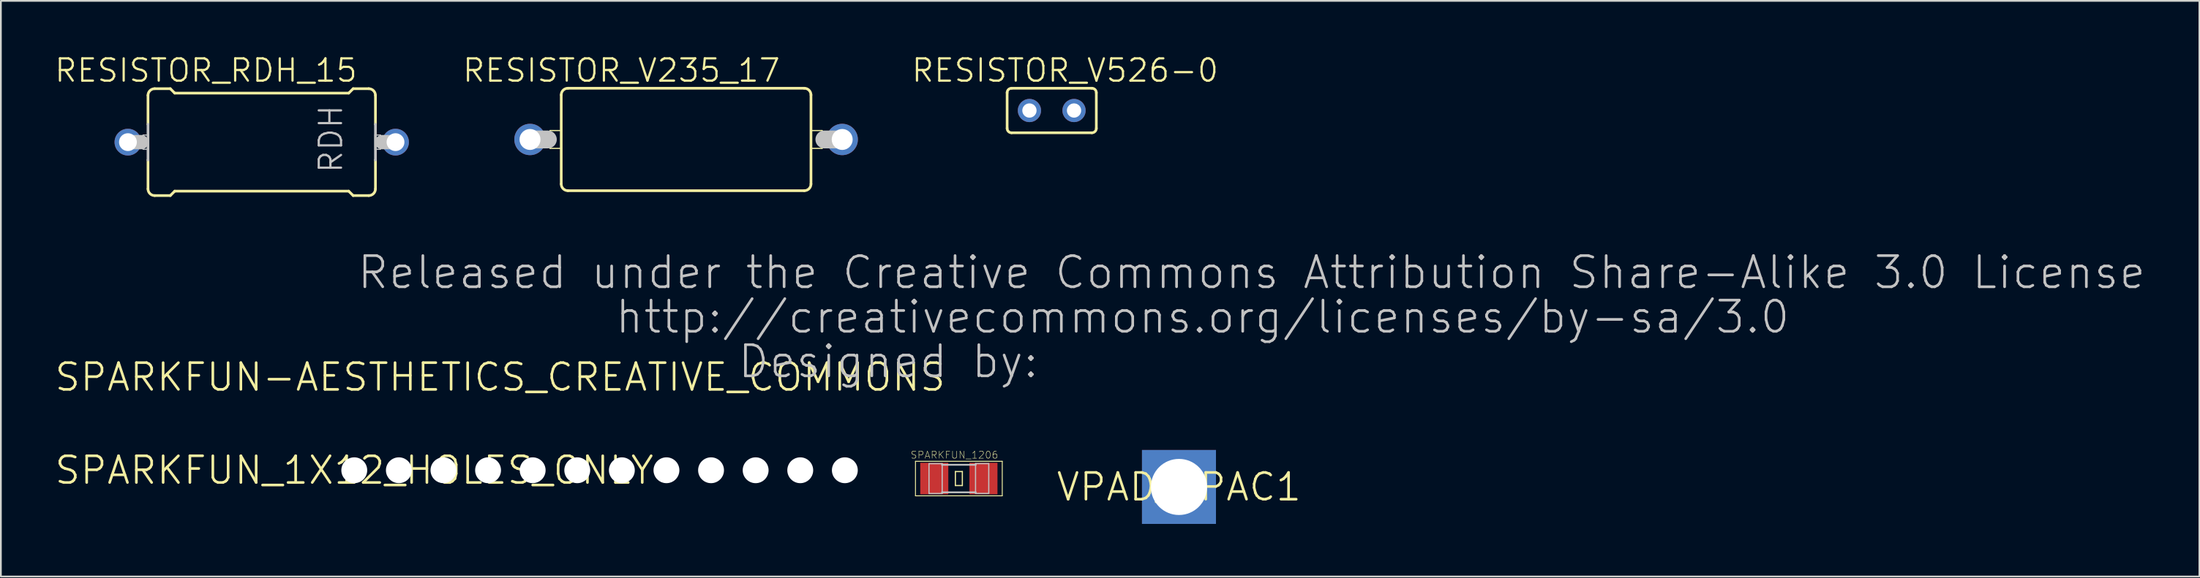
<source format=kicad_pcb>
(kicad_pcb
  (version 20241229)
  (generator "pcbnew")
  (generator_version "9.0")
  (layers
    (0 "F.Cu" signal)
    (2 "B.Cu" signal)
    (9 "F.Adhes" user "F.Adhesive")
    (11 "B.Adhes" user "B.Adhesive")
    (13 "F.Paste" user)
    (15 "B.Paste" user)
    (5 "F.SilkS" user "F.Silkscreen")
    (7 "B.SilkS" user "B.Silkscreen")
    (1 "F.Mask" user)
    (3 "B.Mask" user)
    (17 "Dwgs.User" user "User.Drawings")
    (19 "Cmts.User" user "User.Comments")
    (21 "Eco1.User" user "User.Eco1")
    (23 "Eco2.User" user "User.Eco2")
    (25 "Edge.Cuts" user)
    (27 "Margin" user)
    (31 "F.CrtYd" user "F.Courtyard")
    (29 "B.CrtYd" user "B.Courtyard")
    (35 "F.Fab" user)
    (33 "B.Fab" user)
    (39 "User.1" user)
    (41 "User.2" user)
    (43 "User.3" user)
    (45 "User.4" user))
  (footprint "SPARKFUN-AESTHETICS_CREATIVE_COMMONS"
    (layer "F.Cu")
    (at 25.436 18.456)
    (property "Reference" "SPARKFUN-AESTHETICS_CREATIVE_COMMONS" (at 0 0 0) (layer "F.SilkS") (effects (font (size 1.524 1.524) (thickness 0.15))))
    (attr exclude_from_pos_files exclude_from_bom)
    (fp_text user "http://creativecommons.org/licenses/by-sa/3.0" (at 40.005 -3.429 0) (layer "Dwgs.User") (effects (font (size 1.778 1.778) (thickness 0.152))))
    (fp_text user "Designed by:" (at 22.098 -0.889 0) (layer "Dwgs.User") (effects (font (size 1.778 1.778) (thickness 0.152))))
    (fp_text user "Released under the Creative Commons Attribution Share-Alike 3.0 License" (at 42.799 -5.969 0) (layer "Dwgs.User") (effects (font (size 1.778 1.778) (thickness 0.152)))))
  (footprint "RESISTOR_V526-0"
    (layer "F.Cu")
    (at 56.85 3.252)
    (property "Reference" "RESISTOR_V526-0" (at 0.762 -2.286 0) (layer "F.SilkS") (effects (font (size 1.27 1.27) (thickness 0.127))))
    (attr exclude_from_pos_files exclude_from_bom)
    (fp_line (start -2.54 -1.016) (end -2.54 1.016) (stroke (width 0.152) (type solid)) (layer "F.SilkS"))
    (fp_line (start -2.286 1.27) (end 2.286 1.27) (stroke (width 0.152) (type solid)) (layer "F.SilkS"))
    (fp_line (start 2.286 -1.27) (end -2.286 -1.27) (stroke (width 0.152) (type solid)) (layer "F.SilkS"))
    (fp_line (start 2.54 1.016) (end 2.54 -1.016) (stroke (width 0.152) (type solid)) (layer "F.SilkS"))
    (fp_arc (start -2.54 -1.016) (mid -2.465605 -1.195605) (end -2.286 -1.27) (stroke (width 0.1524) (type solid)) (layer "F.SilkS"))
    (fp_arc (start -2.286 1.27) (mid -2.465605 1.195605) (end -2.54 1.016) (stroke (width 0.1524) (type solid)) (layer "F.SilkS"))
    (fp_arc (start 2.286 -1.27) (mid 2.465605 -1.195605) (end 2.54 -1.016) (stroke (width 0.1524) (type solid)) (layer "F.SilkS"))
    (fp_arc (start 2.54 1.016) (mid 2.465605 1.195605) (end 2.286 1.27) (stroke (width 0.1524) (type solid)) (layer "F.SilkS"))
    (pad "1" thru_hole circle (at -1.27 0) (size 1.321 1.321) (drill 0.813) (layers "*.Cu" "*.Paste" "*.Mask"))
    (pad "2" thru_hole circle (at 1.27 0) (size 1.321 1.321) (drill 0.813) (layers "*.Cu" "*.Paste" "*.Mask")))
  (footprint "SPARKFUN_1X12_HOLES_ONLY"
    (layer "F.Cu")
    (at 17.127 23.766)
    (property "Reference" "SPARKFUN_1X12_HOLES_ONLY" (at 0 0 0) (layer "F.SilkS") (effects (font (size 1.524 1.524) (thickness 0.15))))
    (attr exclude_from_pos_files exclude_from_bom)
    (fp_circle (center 0 0) (end 0 -0.635) (stroke (width 0.127) (type solid)) (fill no) (layer "Dwgs.User"))
    (fp_circle (center 2.54 0) (end 2.54 -0.635) (stroke (width 0.127) (type solid)) (fill no) (layer "Dwgs.User"))
    (fp_circle (center 5.08 0) (end 5.08 -0.635) (stroke (width 0.127) (type solid)) (fill no) (layer "Dwgs.User"))
    (fp_circle (center 7.62 0) (end 7.62 -0.635) (stroke (width 0.127) (type solid)) (fill no) (layer "Dwgs.User"))
    (fp_circle (center 10.16 0) (end 10.16 -0.635) (stroke (width 0.127) (type solid)) (fill no) (layer "Dwgs.User"))
    (fp_circle (center 12.7 0) (end 12.7 -0.635) (stroke (width 0.127) (type solid)) (fill no) (layer "Dwgs.User"))
    (fp_circle (center 15.24 0) (end 15.24 -0.635) (stroke (width 0.127) (type solid)) (fill no) (layer "Dwgs.User"))
    (fp_circle (center 17.78 0) (end 17.78 -0.635) (stroke (width 0.127) (type solid)) (fill no) (layer "Dwgs.User"))
    (fp_circle (center 20.32 0) (end 20.32 -0.635) (stroke (width 0.127) (type solid)) (fill no) (layer "Dwgs.User"))
    (fp_circle (center 22.86 0) (end 22.86 -0.635) (stroke (width 0.127) (type solid)) (fill no) (layer "Dwgs.User"))
    (fp_circle (center 25.4 0) (end 25.4 -0.635) (stroke (width 0.127) (type solid)) (fill no) (layer "Dwgs.User"))
    (fp_circle (center 27.94 0) (end 27.94 -0.635) (stroke (width 0.127) (type solid)) (fill no) (layer "Dwgs.User"))
    (pad "" np_thru_hole circle (at 0 0) (size 1.473 1.473) (drill 1.473) (layers "*.Cu" "*.Mask"))
    (pad "" np_thru_hole circle (at 2.54 0) (size 1.473 1.473) (drill 1.473) (layers "*.Cu" "*.Mask"))
    (pad "" np_thru_hole circle (at 5.08 0) (size 1.473 1.473) (drill 1.473) (layers "*.Cu" "*.Mask"))
    (pad "" np_thru_hole circle (at 7.62 0) (size 1.473 1.473) (drill 1.473) (layers "*.Cu" "*.Mask"))
    (pad "" np_thru_hole circle (at 10.16 0) (size 1.473 1.473) (drill 1.473) (layers "*.Cu" "*.Mask"))
    (pad "" np_thru_hole circle (at 12.7 0) (size 1.473 1.473) (drill 1.473) (layers "*.Cu" "*.Mask"))
    (pad "" np_thru_hole circle (at 15.24 0) (size 1.473 1.473) (drill 1.473) (layers "*.Cu" "*.Mask"))
    (pad "" np_thru_hole circle (at 17.78 0) (size 1.473 1.473) (drill 1.473) (layers "*.Cu" "*.Mask"))
    (pad "" np_thru_hole circle (at 20.32 0) (size 1.473 1.473) (drill 1.473) (layers "*.Cu" "*.Mask"))
    (pad "" np_thru_hole circle (at 22.86 0) (size 1.473 1.473) (drill 1.473) (layers "*.Cu" "*.Mask"))
    (pad "" np_thru_hole circle (at 25.4 0) (size 1.473 1.473) (drill 1.473) (layers "*.Cu" "*.Mask"))
    (pad "" np_thru_hole circle (at 27.94 0) (size 1.473 1.473) (drill 1.473) (layers "*.Cu" "*.Mask"))
    (pad "1" thru_hole circle (at 0 0) (size 0.813 0.813) (drill 0.889) (layers "*.Cu" "*.Paste" "*.Mask"))
    (pad "2" thru_hole circle (at 2.54 0) (size 0.813 0.813) (drill 0.889) (layers "*.Cu" "*.Paste" "*.Mask"))
    (pad "3" thru_hole circle (at 5.08 0) (size 0.813 0.813) (drill 0.889) (layers "*.Cu" "*.Paste" "*.Mask"))
    (pad "4" thru_hole circle (at 7.62 0) (size 0.813 0.813) (drill 0.889) (layers "*.Cu" "*.Paste" "*.Mask"))
    (pad "5" thru_hole circle (at 10.16 0) (size 0.813 0.813) (drill 0.889) (layers "*.Cu" "*.Paste" "*.Mask"))
    (pad "6" thru_hole circle (at 12.7 0) (size 0.813 0.813) (drill 0.889) (layers "*.Cu" "*.Paste" "*.Mask"))
    (pad "7" thru_hole circle (at 15.24 0) (size 0.813 0.813) (drill 0.889) (layers "*.Cu" "*.Paste" "*.Mask"))
    (pad "8" thru_hole circle (at 17.78 0) (size 0.813 0.813) (drill 0.889) (layers "*.Cu" "*.Paste" "*.Mask"))
    (pad "9" thru_hole circle (at 20.32 0) (size 0.813 0.813) (drill 0.889) (layers "*.Cu" "*.Paste" "*.Mask"))
    (pad "10" thru_hole circle (at 22.86 0) (size 0.813 0.813) (drill 0.889) (layers "*.Cu" "*.Paste" "*.Mask"))
    (pad "11" thru_hole circle (at 25.4 0) (size 0.813 0.813) (drill 0.889) (layers "*.Cu" "*.Paste" "*.Mask"))
    (pad "12" thru_hole circle (at 27.94 0) (size 0.813 0.813) (drill 0.889) (layers "*.Cu" "*.Paste" "*.Mask")))
  (footprint "SPARKFUN_1206"
    (layer "F.Cu")
    (at 51.561 24.239)
    (property "Reference" "SPARKFUN_1206" (at -0.254 -1.346 0) (layer "F.SilkS") (effects (font (size 0.406 0.406) (thickness 0.025))))
    (attr smd)
    (fp_line (start -2.471 -0.983) (end 2.471 -0.983) (stroke (width 0.051) (type solid)) (layer "F.SilkS"))
    (fp_line (start -2.471 0.983) (end -2.471 -0.983) (stroke (width 0.051) (type solid)) (layer "F.SilkS"))
    (fp_line (start -0.198 -0.399) (end 0.198 -0.399) (stroke (width 0.066) (type solid)) (layer "F.SilkS"))
    (fp_line (start -0.198 0.399) (end -0.198 -0.399) (stroke (width 0.066) (type solid)) (layer "F.SilkS"))
    (fp_line (start -0.198 0.399) (end 0.198 0.399) (stroke (width 0.066) (type solid)) (layer "F.SilkS"))
    (fp_line (start 0.198 0.399) (end 0.198 -0.399) (stroke (width 0.066) (type solid)) (layer "F.SilkS"))
    (fp_line (start 2.471 -0.983) (end 2.471 0.983) (stroke (width 0.051) (type solid)) (layer "F.SilkS"))
    (fp_line (start 2.471 0.983) (end -2.471 0.983) (stroke (width 0.051) (type solid)) (layer "F.SilkS"))
    (fp_line (start -1.702 -0.848) (end -0.95 -0.848) (stroke (width 0.066) (type solid)) (layer "Dwgs.User"))
    (fp_line (start -1.702 0.851) (end -1.702 -0.848) (stroke (width 0.066) (type solid)) (layer "Dwgs.User"))
    (fp_line (start -1.702 0.851) (end -0.95 0.851) (stroke (width 0.066) (type solid)) (layer "Dwgs.User"))
    (fp_line (start -0.963 -0.785) (end 0.963 -0.785) (stroke (width 0.102) (type solid)) (layer "Dwgs.User"))
    (fp_line (start -0.963 0.785) (end 0.963 0.785) (stroke (width 0.102) (type solid)) (layer "Dwgs.User"))
    (fp_line (start -0.95 0.851) (end -0.95 -0.848) (stroke (width 0.066) (type solid)) (layer "Dwgs.User"))
    (fp_line (start 0.95 -0.851) (end 1.702 -0.851) (stroke (width 0.066) (type solid)) (layer "Dwgs.User"))
    (fp_line (start 0.95 0.848) (end 0.95 -0.851) (stroke (width 0.066) (type solid)) (layer "Dwgs.User"))
    (fp_line (start 0.95 0.848) (end 1.702 0.848) (stroke (width 0.066) (type solid)) (layer "Dwgs.User"))
    (fp_line (start 1.702 0.848) (end 1.702 -0.851) (stroke (width 0.066) (type solid)) (layer "Dwgs.User"))
    (pad "1" smd rect (at -1.4 0) (size 1.598 1.798) (layers "F.Cu" "F.Mask" "F.Paste"))
    (pad "2" smd rect (at 1.4 0) (size 1.598 1.798) (layers "F.Cu" "F.Mask" "F.Paste")))
  (footprint "RESISTOR_RDH_15"
    (layer "F.Cu")
    (at 11.856 5.055)
    (property "Reference" "RESISTOR_RDH_15" (at -3.175 -4.089 0) (layer "F.SilkS") (effects (font (size 1.27 1.27) (thickness 0.127))))
    (attr exclude_from_pos_files exclude_from_bom)
    (fp_line (start -6.477 -1.016) (end -6.477 -2.667) (stroke (width 0.152) (type solid)) (layer "F.SilkS"))
    (fp_line (start -6.477 2.667) (end -6.477 1.016) (stroke (width 0.152) (type solid)) (layer "F.SilkS"))
    (fp_line (start -6.096 -3.048) (end -5.207 -3.048) (stroke (width 0.152) (type solid)) (layer "F.SilkS"))
    (fp_line (start -6.096 3.048) (end -5.207 3.048) (stroke (width 0.152) (type solid)) (layer "F.SilkS"))
    (fp_line (start -4.953 -2.794) (end -5.207 -3.048) (stroke (width 0.152) (type solid)) (layer "F.SilkS"))
    (fp_line (start -4.953 2.794) (end -5.207 3.048) (stroke (width 0.152) (type solid)) (layer "F.SilkS"))
    (fp_line (start 4.953 -2.794) (end -4.953 -2.794) (stroke (width 0.152) (type solid)) (layer "F.SilkS"))
    (fp_line (start 4.953 -2.794) (end 5.207 -3.048) (stroke (width 0.152) (type solid)) (layer "F.SilkS"))
    (fp_line (start 4.953 2.794) (end -4.953 2.794) (stroke (width 0.152) (type solid)) (layer "F.SilkS"))
    (fp_line (start 4.953 2.794) (end 5.207 3.048) (stroke (width 0.152) (type solid)) (layer "F.SilkS"))
    (fp_line (start 6.096 -3.048) (end 5.207 -3.048) (stroke (width 0.152) (type solid)) (layer "F.SilkS"))
    (fp_line (start 6.096 3.048) (end 5.207 3.048) (stroke (width 0.152) (type solid)) (layer "F.SilkS"))
    (fp_line (start 6.477 -1.016) (end 6.477 -2.667) (stroke (width 0.152) (type solid)) (layer "F.SilkS"))
    (fp_line (start 6.477 2.667) (end 6.477 1.016) (stroke (width 0.152) (type solid)) (layer "F.SilkS"))
    (fp_arc (start -6.477 -2.667) (mid -6.365408 -2.936408) (end -6.096 -3.048) (stroke (width 0.1524) (type solid)) (layer "F.SilkS"))
    (fp_arc (start -6.096 3.048) (mid -6.365408 2.936408) (end -6.477 2.667) (stroke (width 0.1524) (type solid)) (layer "F.SilkS"))
    (fp_arc (start 6.096 -3.048) (mid 6.365408 -2.936408) (end 6.477 -2.667) (stroke (width 0.1524) (type solid)) (layer "F.SilkS"))
    (fp_arc (start 6.477 2.667) (mid 6.365408 2.936408) (end 6.096 3.048) (stroke (width 0.1524) (type solid)) (layer "F.SilkS"))
    (fp_line (start -7.62 0) (end -6.858 0) (stroke (width 0.813) (type solid)) (layer "Dwgs.User"))
    (fp_line (start -6.756 -0.406) (end -6.452 -0.406) (stroke (width 0.066) (type solid)) (layer "Dwgs.User"))
    (fp_line (start -6.756 0.406) (end -6.756 -0.406) (stroke (width 0.066) (type solid)) (layer "Dwgs.User"))
    (fp_line (start -6.756 0.406) (end -6.452 0.406) (stroke (width 0.066) (type solid)) (layer "Dwgs.User"))
    (fp_line (start -6.477 -1.016) (end -6.477 1.016) (stroke (width 0.152) (type solid)) (layer "Dwgs.User"))
    (fp_line (start -6.452 0.406) (end -6.452 -0.406) (stroke (width 0.066) (type solid)) (layer "Dwgs.User"))
    (fp_line (start 6.452 -0.406) (end 6.756 -0.406) (stroke (width 0.066) (type solid)) (layer "Dwgs.User"))
    (fp_line (start 6.452 0.406) (end 6.452 -0.406) (stroke (width 0.066) (type solid)) (layer "Dwgs.User"))
    (fp_line (start 6.452 0.406) (end 6.756 0.406) (stroke (width 0.066) (type solid)) (layer "Dwgs.User"))
    (fp_line (start 6.477 -1.016) (end 6.477 1.016) (stroke (width 0.152) (type solid)) (layer "Dwgs.User"))
    (fp_line (start 6.756 0.406) (end 6.756 -0.406) (stroke (width 0.066) (type solid)) (layer "Dwgs.User"))
    (fp_line (start 6.858 0) (end 7.62 0) (stroke (width 0.813) (type solid)) (layer "Dwgs.User"))
    (fp_text user "RDH" (at 3.937 -0.178 90) (layer "Dwgs.User") (effects (font (size 1.27 1.27) (thickness 0.127))))
    (pad "1" thru_hole circle (at -7.62 0) (size 1.524 1.524) (drill 1.016) (layers "*.Cu" "*.Paste" "*.Mask"))
    (pad "2" thru_hole circle (at 7.62 0) (size 1.524 1.524) (drill 1.016) (layers "*.Cu" "*.Paste" "*.Mask")))
  (footprint "RESISTOR_V235_17"
    (layer "F.Cu")
    (at 36.026 4.903)
    (property "Reference" "RESISTOR_V235_17" (at -3.683 -3.937 0) (layer "F.SilkS") (effects (font (size 1.27 1.27) (thickness 0.127))))
    (attr exclude_from_pos_files exclude_from_bom)
    (fp_line (start -7.747 -0.508) (end -7.112 -0.508) (stroke (width 0.066) (type solid)) (layer "F.SilkS"))
    (fp_line (start -7.747 0.508) (end -7.747 -0.508) (stroke (width 0.066) (type solid)) (layer "F.SilkS"))
    (fp_line (start -7.747 0.508) (end -7.112 0.508) (stroke (width 0.066) (type solid)) (layer "F.SilkS"))
    (fp_line (start -7.112 -2.54) (end -7.112 2.54) (stroke (width 0.152) (type solid)) (layer "F.SilkS"))
    (fp_line (start -7.112 0.508) (end -7.112 -0.508) (stroke (width 0.066) (type solid)) (layer "F.SilkS"))
    (fp_line (start -6.731 -2.921) (end 6.731 -2.921) (stroke (width 0.152) (type solid)) (layer "F.SilkS"))
    (fp_line (start 6.731 2.921) (end -6.731 2.921) (stroke (width 0.152) (type solid)) (layer "F.SilkS"))
    (fp_line (start 7.112 -2.54) (end 7.112 2.54) (stroke (width 0.152) (type solid)) (layer "F.SilkS"))
    (fp_line (start 7.112 -0.508) (end 7.747 -0.508) (stroke (width 0.066) (type solid)) (layer "F.SilkS"))
    (fp_line (start 7.112 0.508) (end 7.112 -0.508) (stroke (width 0.066) (type solid)) (layer "F.SilkS"))
    (fp_line (start 7.112 0.508) (end 7.747 0.508) (stroke (width 0.066) (type solid)) (layer "F.SilkS"))
    (fp_line (start 7.747 0.508) (end 7.747 -0.508) (stroke (width 0.066) (type solid)) (layer "F.SilkS"))
    (fp_arc (start -7.112 -2.54) (mid -7.000408 -2.809408) (end -6.731 -2.921) (stroke (width 0.1524) (type solid)) (layer "F.SilkS"))
    (fp_arc (start -6.731 2.921) (mid -7.000408 2.809408) (end -7.112 2.54) (stroke (width 0.1524) (type solid)) (layer "F.SilkS"))
    (fp_arc (start 6.731 -2.921) (mid 7.000408 -2.809408) (end 7.112 -2.54) (stroke (width 0.1524) (type solid)) (layer "F.SilkS"))
    (fp_arc (start 7.112 2.54) (mid 7.000408 2.809408) (end 6.731 2.921) (stroke (width 0.1524) (type solid)) (layer "F.SilkS"))
    (fp_line (start -7.874 0) (end -8.89 0) (stroke (width 1.016) (type solid)) (layer "Dwgs.User"))
    (fp_line (start 8.89 0) (end 7.874 0) (stroke (width 1.016) (type solid)) (layer "Dwgs.User"))
    (pad "1" thru_hole circle (at -8.89 0) (size 1.788 1.788) (drill 1.194) (layers "*.Cu" "*.Paste" "*.Mask"))
    (pad "2" thru_hole circle (at 8.89 0) (size 1.788 1.788) (drill 1.194) (layers "*.Cu" "*.Paste" "*.Mask")))
  (footprint "VPAD_VPAC1"
    (layer "F.Cu")
    (at 64.097 24.718)
    (property "Reference" "VPAD_VPAC1" (at 0 0 0) (layer "F.SilkS") (effects (font (size 1.524 1.524) (thickness 0.15))))
    (attr exclude_from_pos_files exclude_from_bom)
    (pad "VP" thru_hole rect (at 0 0) (size 4.214 4.214) (drill 3.198) (layers "*.Cu" "*.Paste" "*.Mask")))
  (gr_rect
    (start -3 -3)
    (end 122.213 29.825)
    (stroke (width 0.1) (type default))
    (fill no)
    (layer "Edge.Cuts")))
</source>
